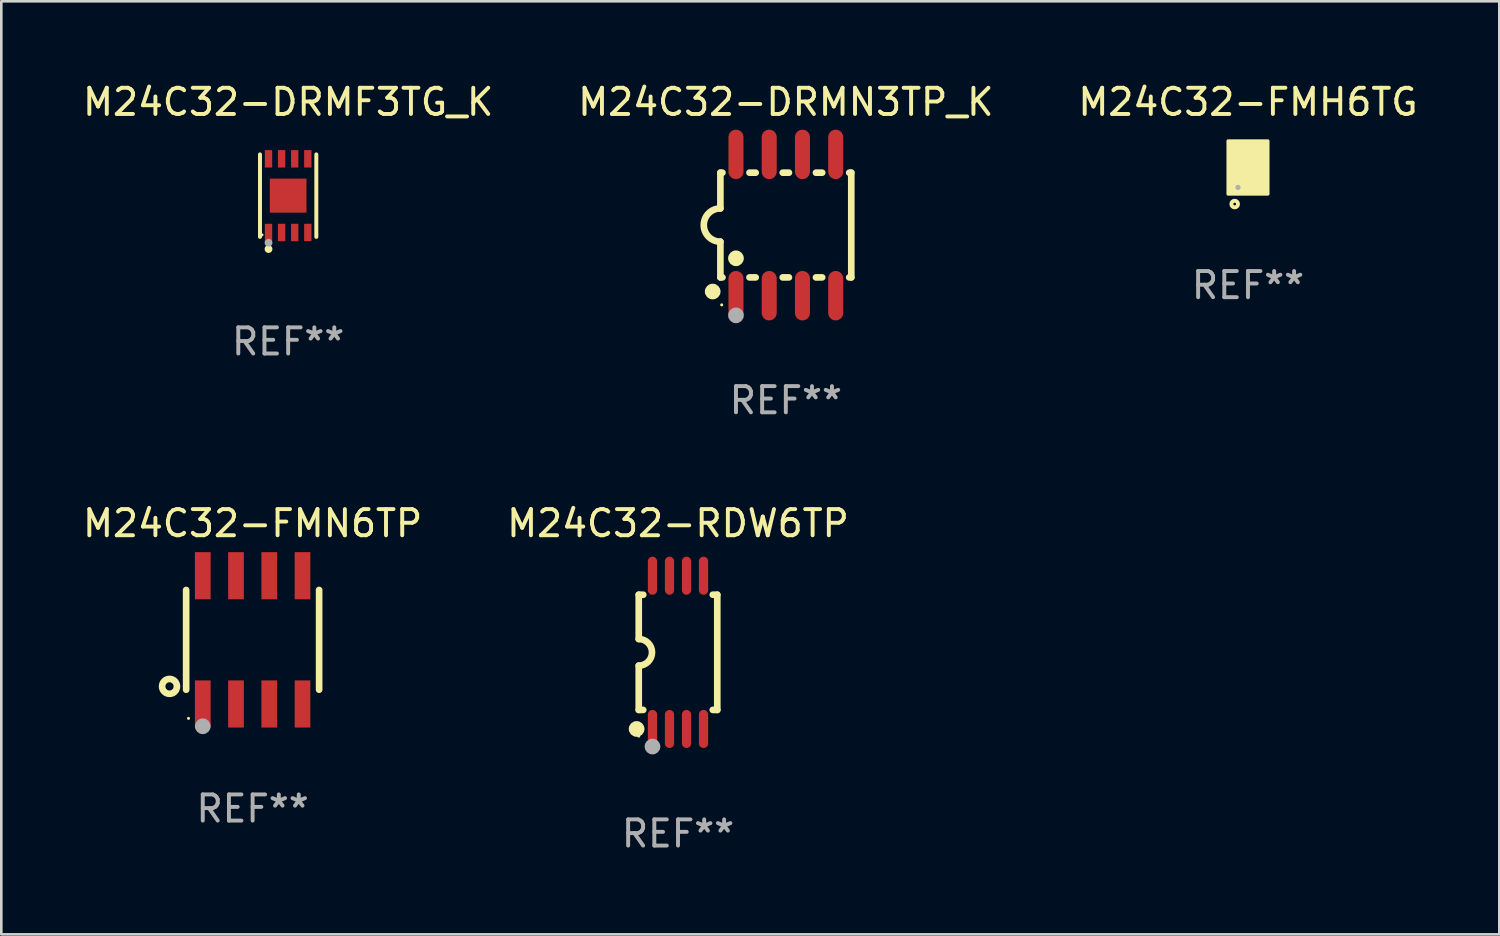
<source format=kicad_pcb>
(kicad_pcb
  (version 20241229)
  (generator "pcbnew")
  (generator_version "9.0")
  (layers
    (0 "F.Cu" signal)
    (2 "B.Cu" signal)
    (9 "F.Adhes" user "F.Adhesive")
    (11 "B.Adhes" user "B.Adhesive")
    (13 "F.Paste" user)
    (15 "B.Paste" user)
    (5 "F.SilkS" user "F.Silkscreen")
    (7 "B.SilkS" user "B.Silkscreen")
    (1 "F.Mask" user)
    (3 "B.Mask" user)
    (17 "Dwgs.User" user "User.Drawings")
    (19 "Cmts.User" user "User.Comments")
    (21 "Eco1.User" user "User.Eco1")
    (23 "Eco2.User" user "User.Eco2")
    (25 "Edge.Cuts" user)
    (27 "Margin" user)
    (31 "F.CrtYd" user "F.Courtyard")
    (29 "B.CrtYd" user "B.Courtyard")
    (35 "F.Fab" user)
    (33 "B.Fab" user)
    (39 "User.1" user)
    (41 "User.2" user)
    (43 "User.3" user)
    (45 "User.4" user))
  (footprint "M24C32-DRMF3TG_K"
    (layer "F.Cu")
    (at 7.958 4.424)
    (property "Reference" "M24C32-DRMF3TG_K" (at 0 -3.576 0) (layer "F.SilkS") (effects (font (size 1 1) (thickness 0.15))))
    (attr through_hole)
    (fp_line (start -1.076 1.576) (end -1.076 -1.576) (stroke (width 0.152) (type solid)) (layer "F.SilkS"))
    (fp_line (start 1.076 1.576) (end 1.076 -1.576) (stroke (width 0.152) (type solid)) (layer "F.SilkS"))
    (fp_circle (center -1 1.5) (end -0.97 1.5) (stroke (width 0.06) (type solid)) (fill no) (layer "F.SilkS"))
    (fp_circle (center -0.75 2.04) (end -0.675 2.04) (stroke (width 0.15) (type solid)) (fill no) (layer "F.SilkS"))
    (fp_circle (center -0.75 1.8) (end -0.675 1.8) (stroke (width 0.15) (type solid)) (fill no) (layer "F.Fab"))
    (fp_text user "REF**" (at 0 5.576 0) (layer "F.Fab") (effects (font (size 1 1) (thickness 0.15))))
    (pad "1" smd rect (at -0.75 1.407) (size 0.28 0.665) (layers "F.Cu" "F.Mask" "F.Paste"))
    (pad "2" smd rect (at -0.25 1.407) (size 0.28 0.665) (layers "F.Cu" "F.Mask" "F.Paste"))
    (pad "3" smd rect (at 0.25 1.407) (size 0.28 0.665) (layers "F.Cu" "F.Mask" "F.Paste"))
    (pad "4" smd rect (at 0.75 1.407) (size 0.28 0.665) (layers "F.Cu" "F.Mask" "F.Paste"))
    (pad "5" smd rect (at 0.75 -1.407) (size 0.28 0.665) (layers "F.Cu" "F.Mask" "F.Paste"))
    (pad "6" smd rect (at 0.25 -1.407) (size 0.28 0.665) (layers "F.Cu" "F.Mask" "F.Paste"))
    (pad "7" smd rect (at -0.25 -1.407) (size 0.28 0.665) (layers "F.Cu" "F.Mask" "F.Paste"))
    (pad "8" smd rect (at -0.75 -1.407) (size 0.28 0.665) (layers "F.Cu" "F.Mask" "F.Paste"))
    (pad "9" smd rect (at 0 0) (size 1.4 1.3) (layers "F.Cu" "F.Mask" "F.Paste")))
  (footprint "M24C32-RDW6TP"
    (layer "F.Cu")
    (at 22.851 21.87)
    (property "Reference" "M24C32-RDW6TP" (at 0 -4.927 0) (layer "F.SilkS") (effects (font (size 1 1) (thickness 0.15))))
    (attr through_hole)
    (fp_line (start -1.5 -2.2) (end -1.5 -0.508) (stroke (width 0.254) (type solid)) (layer "F.SilkS"))
    (fp_line (start -1.5 -2.2) (end -1.328 -2.2) (stroke (width 0.254) (type solid)) (layer "F.SilkS"))
    (fp_line (start -1.5 2.2) (end -1.5 0.508) (stroke (width 0.254) (type solid)) (layer "F.SilkS"))
    (fp_line (start -1.5 2.2) (end -1.328 2.2) (stroke (width 0.254) (type solid)) (layer "F.SilkS"))
    (fp_line (start 1.328 -2.2) (end 1.5 -2.2) (stroke (width 0.254) (type solid)) (layer "F.SilkS"))
    (fp_line (start 1.328 2.2) (end 1.5 2.2) (stroke (width 0.254) (type solid)) (layer "F.SilkS"))
    (fp_line (start 1.5 -2.2) (end 1.5 2.2) (stroke (width 0.254) (type solid)) (layer "F.SilkS"))
    (fp_arc (start -1.501144 -0.508) (mid -0.993143 -0.000571) (end -1.5 0.508001) (stroke (width 0.254001) (type solid)) (layer "F.SilkS"))
    (fp_circle (center -1.581 2.927) (end -1.431 2.927) (stroke (width 0.3) (type solid)) (fill no) (layer "F.SilkS"))
    (fp_circle (center -1.5 3.2) (end -1.47 3.2) (stroke (width 0.06) (type solid)) (fill no) (layer "F.SilkS"))
    (fp_circle (center -0.975 3.6) (end -0.825 3.6) (stroke (width 0.3) (type solid)) (fill no) (layer "F.Fab"))
    (fp_text user "REF**" (at 0 6.927 0) (layer "F.Fab") (effects (font (size 1 1) (thickness 0.15))))
    (pad "1" smd oval (at -0.975 2.927) (size 0.353 1.454) (layers "F.Cu" "F.Mask" "F.Paste"))
    (pad "2" smd oval (at -0.325 2.927) (size 0.353 1.454) (layers "F.Cu" "F.Mask" "F.Paste"))
    (pad "3" smd oval (at 0.325 2.927) (size 0.353 1.454) (layers "F.Cu" "F.Mask" "F.Paste"))
    (pad "4" smd oval (at 0.975 2.927) (size 0.353 1.454) (layers "F.Cu" "F.Mask" "F.Paste"))
    (pad "5" smd oval (at 0.975 -2.927) (size 0.353 1.454) (layers "F.Cu" "F.Mask" "F.Paste"))
    (pad "6" smd oval (at 0.325 -2.927) (size 0.353 1.454) (layers "F.Cu" "F.Mask" "F.Paste"))
    (pad "7" smd oval (at -0.325 -2.927) (size 0.353 1.454) (layers "F.Cu" "F.Mask" "F.Paste"))
    (pad "8" smd oval (at -0.975 -2.927) (size 0.353 1.454) (layers "F.Cu" "F.Mask" "F.Paste")))
  (footprint "M24C32-FMH6TG"
    (layer "F.Cu")
    (at 44.625 3.348)
    (property "Reference" "M24C32-FMH6TG" (at 0 -2.5 0) (layer "F.SilkS") (effects (font (size 1 1) (thickness 0.15))))
    (attr through_hole)
    (fp_circle (center -0.7 0.85) (end -0.67 0.85) (stroke (width 0.06) (type solid)) (fill no) (layer "F.SilkS"))
    (fp_circle (center -0.508 1.397) (end -0.381 1.397) (stroke (width 0.15) (type solid)) (fill no) (layer "F.SilkS"))
    (fp_poly (pts (xy -0.762 -1.016) (xy 0.762 -1.016) (xy 0.762 1.016) (xy -0.762 1.016)) (stroke (width 0.12) (type solid)) (fill yes) (layer "F.SilkS"))
    (fp_circle (center -0.381 0.762) (end -0.331 0.762) (stroke (width 0.1) (type solid)) (fill no) (layer "F.Fab"))
    (fp_text user "REF**" (at 0 4.5 0) (layer "F.Fab") (effects (font (size 1 1) (thickness 0.15))))
    (pad "1" smd rect (at -0.4 0.5 90) (size 0.6 0.2) (layers "F.Cu" "F.Mask" "F.Paste"))
    (pad "2" smd rect (at 0 0.000127 90) (size 1.6 0.2) (layers "F.Cu" "F.Mask" "F.Paste"))
    (pad "3" smd rect (at 0.4 0.5 90) (size 0.6 0.2) (layers "F.Cu" "F.Mask" "F.Paste"))
    (pad "4" smd rect (at 0.4 -0.5 90) (size 0.6 0.2) (layers "F.Cu" "F.Mask" "F.Paste"))
    (pad "5" smd rect (at -0.4 -0.5 90) (size 0.6 0.2) (layers "F.Cu" "F.Mask" "F.Paste")))
  (footprint "M24C32-DRMN3TP_K"
    (layer "F.Cu")
    (at 26.97 5.547)
    (property "Reference" "M24C32-DRMN3TP_K" (at 0 -4.699 0) (layer "F.SilkS") (effects (font (size 1 1) (thickness 0.15))))
    (attr through_hole)
    (fp_line (start -2.5 -2) (end -2.5 -0.635) (stroke (width 0.254) (type solid)) (layer "F.SilkS"))
    (fp_line (start -2.5 -2) (end -2.421 -2) (stroke (width 0.254) (type solid)) (layer "F.SilkS"))
    (fp_line (start -2.5 2) (end -2.5 0.635) (stroke (width 0.254) (type solid)) (layer "F.SilkS"))
    (fp_line (start -2.5 2) (end -2.421 2) (stroke (width 0.254) (type solid)) (layer "F.SilkS"))
    (fp_line (start -1.389 -2) (end -1.151 -2) (stroke (width 0.254) (type solid)) (layer "F.SilkS"))
    (fp_line (start -1.389 2) (end -1.151 2) (stroke (width 0.254) (type solid)) (layer "F.SilkS"))
    (fp_line (start -0.119 -2) (end 0.119 -2) (stroke (width 0.254) (type solid)) (layer "F.SilkS"))
    (fp_line (start -0.119 2) (end 0.119 2) (stroke (width 0.254) (type solid)) (layer "F.SilkS"))
    (fp_line (start 1.151 -2) (end 1.389 -2) (stroke (width 0.254) (type solid)) (layer "F.SilkS"))
    (fp_line (start 1.151 2) (end 1.389 2) (stroke (width 0.254) (type solid)) (layer "F.SilkS"))
    (fp_line (start 2.421 -2) (end 2.5 -2) (stroke (width 0.254) (type solid)) (layer "F.SilkS"))
    (fp_line (start 2.421 2) (end 2.5 2) (stroke (width 0.254) (type solid)) (layer "F.SilkS"))
    (fp_line (start 2.5 -2) (end 2.5 2) (stroke (width 0.254) (type solid)) (layer "F.SilkS"))
    (fp_arc (start -2.5 0.635001) (mid -3.134366 -0.000318) (end -2.499365 -0.635001) (stroke (width 0.254001) (type solid)) (layer "F.SilkS"))
    (fp_circle (center -2.794 2.54) (end -2.644 2.54) (stroke (width 0.3) (type solid)) (fill no) (layer "F.SilkS"))
    (fp_circle (center -2.45 3.05) (end -2.42 3.05) (stroke (width 0.06) (type solid)) (fill no) (layer "F.SilkS"))
    (fp_circle (center -1.905 1.27) (end -1.755 1.27) (stroke (width 0.3) (type solid)) (fill no) (layer "F.SilkS"))
    (fp_circle (center -1.905 3.45) (end -1.755 3.45) (stroke (width 0.3) (type solid)) (fill no) (layer "F.Fab"))
    (fp_text user "REF**" (at 0 6.699 0) (layer "F.Fab") (effects (font (size 1 1) (thickness 0.15))))
    (pad "1" smd oval (at -1.905 2.699) (size 0.574 1.888) (layers "F.Cu" "F.Mask" "F.Paste"))
    (pad "2" smd oval (at -0.635 2.699) (size 0.574 1.888) (layers "F.Cu" "F.Mask" "F.Paste"))
    (pad "3" smd oval (at 0.635 2.699) (size 0.574 1.888) (layers "F.Cu" "F.Mask" "F.Paste"))
    (pad "4" smd oval (at 1.905 2.699) (size 0.574 1.888) (layers "F.Cu" "F.Mask" "F.Paste"))
    (pad "5" smd oval (at 1.905 -2.699) (size 0.574 1.888) (layers "F.Cu" "F.Mask" "F.Paste"))
    (pad "6" smd oval (at 0.635 -2.699) (size 0.574 1.888) (layers "F.Cu" "F.Mask" "F.Paste"))
    (pad "7" smd oval (at -0.635 -2.699) (size 0.574 1.888) (layers "F.Cu" "F.Mask" "F.Paste"))
    (pad "8" smd oval (at -1.905 -2.699) (size 0.574 1.888) (layers "F.Cu" "F.Mask" "F.Paste")))
  (footprint "M24C32-FMN6TP"
    (layer "F.Cu")
    (at 6.601 21.393)
    (property "Reference" "M24C32-FMN6TP" (at 0 -4.45 0) (layer "F.SilkS") (effects (font (size 1 1) (thickness 0.15))))
    (attr through_hole)
    (fp_line (start -2.54 -1.905) (end -2.54 1.905) (stroke (width 0.254) (type solid)) (layer "F.SilkS"))
    (fp_line (start 2.54 -1.905) (end 2.54 1.905) (stroke (width 0.254) (type solid)) (layer "F.SilkS"))
    (fp_circle (center -3.175 1.778) (end -2.891 1.778) (stroke (width 0.254) (type solid)) (fill no) (layer "F.SilkS"))
    (fp_circle (center -2.45 3) (end -2.42 3) (stroke (width 0.06) (type solid)) (fill no) (layer "F.SilkS"))
    (fp_circle (center -1.905 3.302) (end -1.755 3.302) (stroke (width 0.3) (type solid)) (fill no) (layer "F.Fab"))
    (fp_text user "REF**" (at 0 6.45 0) (layer "F.Fab") (effects (font (size 1 1) (thickness 0.15))))
    (pad "1" smd rect (at -1.905 2.45) (size 0.6 1.8) (layers "F.Cu" "F.Mask" "F.Paste"))
    (pad "2" smd rect (at -0.635 2.45) (size 0.6 1.8) (layers "F.Cu" "F.Mask" "F.Paste"))
    (pad "3" smd rect (at 0.635 2.45) (size 0.6 1.8) (layers "F.Cu" "F.Mask" "F.Paste"))
    (pad "4" smd rect (at 1.905 2.45) (size 0.6 1.8) (layers "F.Cu" "F.Mask" "F.Paste"))
    (pad "5" smd rect (at 1.905 -2.45 180) (size 0.6 1.8) (layers "F.Cu" "F.Mask" "F.Paste"))
    (pad "6" smd rect (at 0.635 -2.45 180) (size 0.6 1.8) (layers "F.Cu" "F.Mask" "F.Paste"))
    (pad "7" smd rect (at -0.635 -2.45 180) (size 0.6 1.8) (layers "F.Cu" "F.Mask" "F.Paste"))
    (pad "8" smd rect (at -1.905 -2.45 180) (size 0.6 1.8) (layers "F.Cu" "F.Mask" "F.Paste")))
  (gr_rect
    (start -3 -3)
    (end 54.226 32.645)
    (stroke (width 0.1) (type default))
    (fill no)
    (layer "Edge.Cuts")))
</source>
